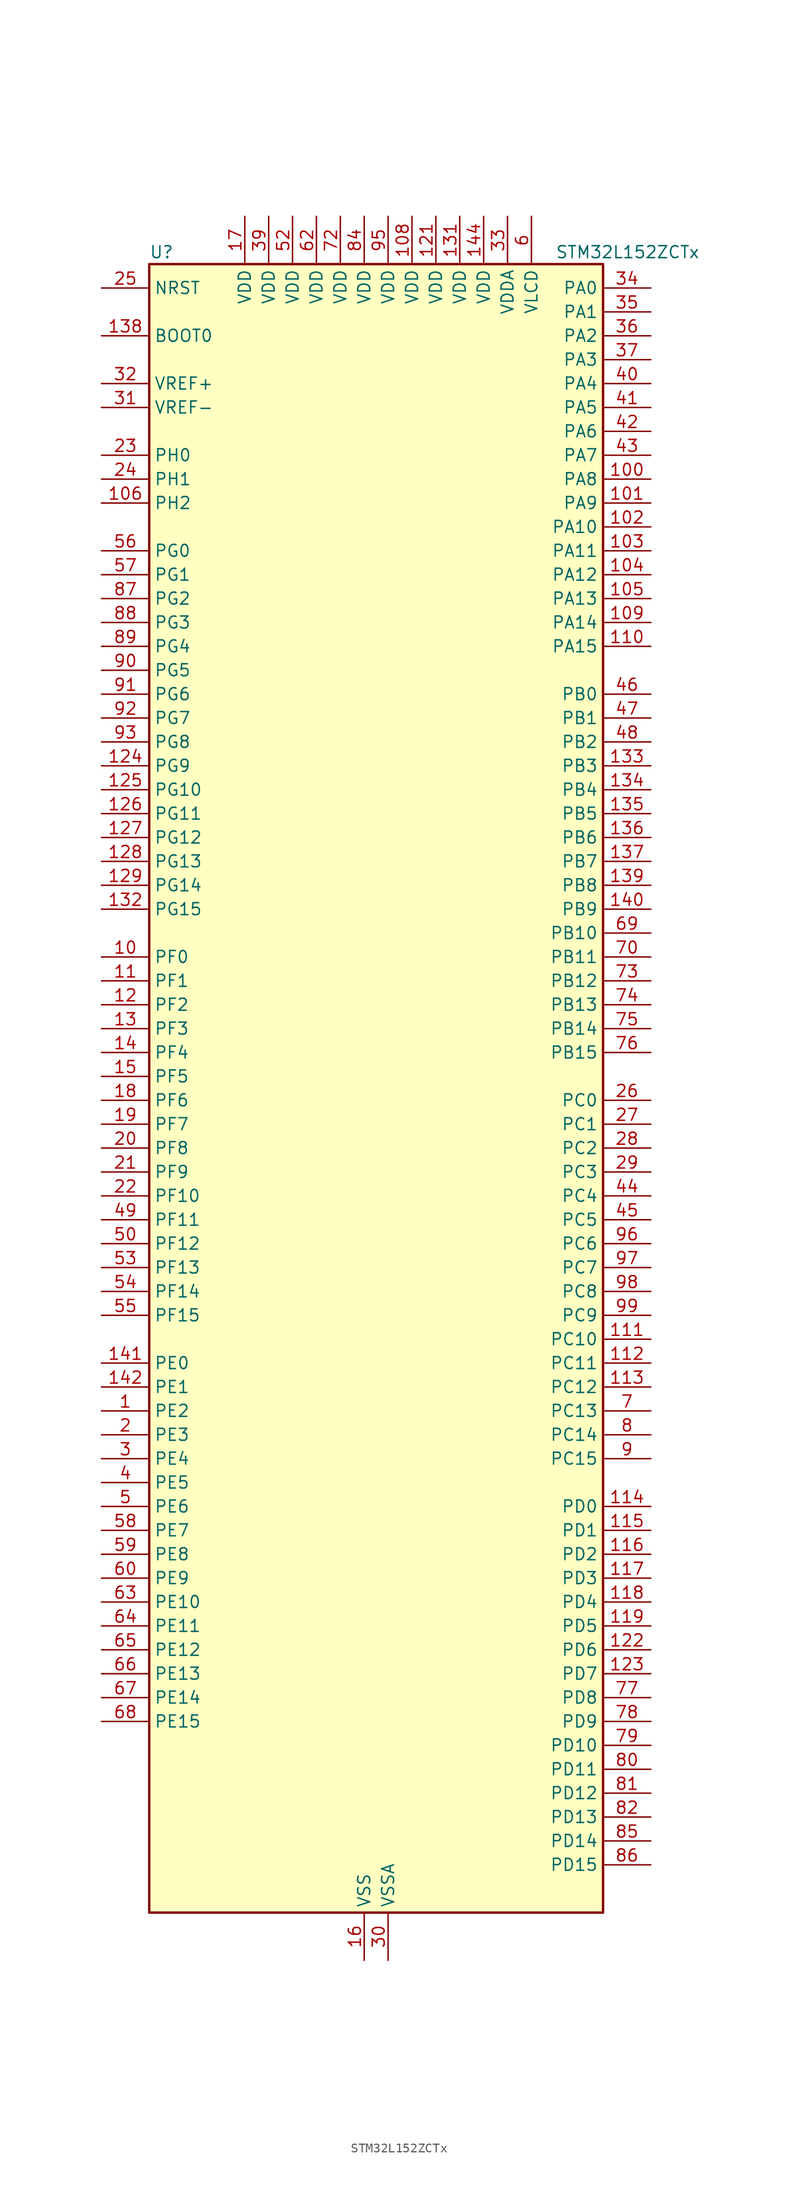
<source format=kicad_sym>
(kicad_symbol_lib
  (version 20231120)
  (generator "kicad-library-utils")
  (generator_version "8.0")
  (symbol "STM32L152ZCTx"
    (property "Reference" "U"
      (at -22.86 90.17 0)
      (effects (font (size 1.27 1.27)) (justify left)))
    (property "Value" "STM32L152ZCTx"
      (at 20.32 90.17 0)
      (effects (font (size 1.27 1.27)) (justify left)))
    (symbol "STM32L152ZCTx_0_1"
      (rectangle (start -22.86 -86.36) (end 25.4 88.9) (stroke (width 0.254) (type default)) (fill (type background))))
    (symbol "STM32L152ZCTx_1_1"
      (pin bidirectional line (at -27.94 -33.02 0) (length 5.08) (name "PE2" (effects (font (size 1.27 1.27)))) (number "1" (effects (font (size 1.27 1.27)))) (alternate "LCD_SEG38" bidirectional line) (alternate "SYS_TRACECK" bidirectional line) (alternate "TIM3_ETR" bidirectional line) (alternate "TIMX_IC3" bidirectional line))
      (pin bidirectional line (at -27.94 15.24 0) (length 5.08) (name "PF0" (effects (font (size 1.27 1.27)))) (number "10" (effects (font (size 1.27 1.27)))))
      (pin bidirectional line (at 30.48 66.04 180) (length 5.08) (name "PA8" (effects (font (size 1.27 1.27)))) (number "100" (effects (font (size 1.27 1.27)))) (alternate "LCD_COM0" bidirectional line) (alternate "RCC_MCO" bidirectional line) (alternate "TIMX_IC1" bidirectional line) (alternate "TS_G4_IO1" bidirectional line) (alternate "USART1_CK" bidirectional line))
      (pin bidirectional line (at 30.48 63.5 180) (length 5.08) (name "PA9" (effects (font (size 1.27 1.27)))) (number "101" (effects (font (size 1.27 1.27)))) (alternate "DAC_EXTI9" bidirectional line) (alternate "LCD_COM1" bidirectional line) (alternate "TIMX_IC2" bidirectional line) (alternate "TS_G4_IO2" bidirectional line) (alternate "USART1_TX" bidirectional line))
      (pin bidirectional line (at 30.48 60.96 180) (length 5.08) (name "PA10" (effects (font (size 1.27 1.27)))) (number "102" (effects (font (size 1.27 1.27)))) (alternate "LCD_COM2" bidirectional line) (alternate "TIMX_IC3" bidirectional line) (alternate "TS_G4_IO3" bidirectional line) (alternate "USART1_RX" bidirectional line))
      (pin bidirectional line (at 30.48 58.42 180) (length 5.08) (name "PA11" (effects (font (size 1.27 1.27)))) (number "103" (effects (font (size 1.27 1.27)))) (alternate "ADC_EXTI11" bidirectional line) (alternate "SPI1_MISO" bidirectional line) (alternate "TIMX_IC4" bidirectional line) (alternate "USART1_CTS" bidirectional line) (alternate "USB_DM" bidirectional line))
      (pin bidirectional line (at 30.48 55.88 180) (length 5.08) (name "PA12" (effects (font (size 1.27 1.27)))) (number "104" (effects (font (size 1.27 1.27)))) (alternate "SPI1_MOSI" bidirectional line) (alternate "TIMX_IC1" bidirectional line) (alternate "USART1_RTS" bidirectional line) (alternate "USB_DP" bidirectional line))
      (pin bidirectional line (at 30.48 53.34 180) (length 5.08) (name "PA13" (effects (font (size 1.27 1.27)))) (number "105" (effects (font (size 1.27 1.27)))) (alternate "SYS_JTMS-SWDIO" bidirectional line) (alternate "TIMX_IC2" bidirectional line) (alternate "TS_G5_IO1" bidirectional line))
      (pin bidirectional line (at -27.94 63.5 0) (length 5.08) (name "PH2" (effects (font (size 1.27 1.27)))) (number "106" (effects (font (size 1.27 1.27)))))
      (pin passive line (at 0 -91.44 90) (length 5.08) hide (name "VSS" (effects (font (size 1.27 1.27)))) (number "107" (effects (font (size 1.27 1.27)))))
      (pin power_in line (at 5.08 93.98 270) (length 5.08) (name "VDD" (effects (font (size 1.27 1.27)))) (number "108" (effects (font (size 1.27 1.27)))))
      (pin bidirectional line (at 30.48 50.8 180) (length 5.08) (name "PA14" (effects (font (size 1.27 1.27)))) (number "109" (effects (font (size 1.27 1.27)))) (alternate "SYS_JTCK-SWCLK" bidirectional line) (alternate "TIMX_IC3" bidirectional line) (alternate "TS_G5_IO2" bidirectional line))
      (pin bidirectional line (at -27.94 12.7 0) (length 5.08) (name "PF1" (effects (font (size 1.27 1.27)))) (number "11" (effects (font (size 1.27 1.27)))))
      (pin bidirectional line (at 30.48 48.26 180) (length 5.08) (name "PA15" (effects (font (size 1.27 1.27)))) (number "110" (effects (font (size 1.27 1.27)))) (alternate "ADC_EXTI15" bidirectional line) (alternate "I2S3_WS" bidirectional line) (alternate "LCD_SEG17" bidirectional line) (alternate "SPI1_NSS" bidirectional line) (alternate "SPI3_NSS" bidirectional line) (alternate "SYS_JTDI" bidirectional line) (alternate "TIM2_CH1" bidirectional line) (alternate "TIM2_ETR" bidirectional line) (alternate "TIMX_IC4" bidirectional line) (alternate "TS_G5_IO3" bidirectional line))
      (pin bidirectional line (at 30.48 -25.4 180) (length 5.08) (name "PC10" (effects (font (size 1.27 1.27)))) (number "111" (effects (font (size 1.27 1.27)))) (alternate "I2S3_CK" bidirectional line) (alternate "LCD_COM4" bidirectional line) (alternate "LCD_SEG28" bidirectional line) (alternate "LCD_SEG40" bidirectional line) (alternate "SPI3_SCK" bidirectional line) (alternate "TIMX_IC3" bidirectional line) (alternate "USART3_TX" bidirectional line))
      (pin bidirectional line (at 30.48 -27.94 180) (length 5.08) (name "PC11" (effects (font (size 1.27 1.27)))) (number "112" (effects (font (size 1.27 1.27)))) (alternate "ADC_EXTI11" bidirectional line) (alternate "LCD_COM5" bidirectional line) (alternate "LCD_SEG29" bidirectional line) (alternate "LCD_SEG41" bidirectional line) (alternate "SPI3_MISO" bidirectional line) (alternate "TIMX_IC4" bidirectional line) (alternate "USART3_RX" bidirectional line))
      (pin bidirectional line (at 30.48 -30.48 180) (length 5.08) (name "PC12" (effects (font (size 1.27 1.27)))) (number "113" (effects (font (size 1.27 1.27)))) (alternate "I2S3_SD" bidirectional line) (alternate "LCD_COM6" bidirectional line) (alternate "LCD_SEG30" bidirectional line) (alternate "LCD_SEG42" bidirectional line) (alternate "SPI3_MOSI" bidirectional line) (alternate "TIMX_IC1" bidirectional line) (alternate "USART3_CK" bidirectional line))
      (pin bidirectional line (at 30.48 -43.18 180) (length 5.08) (name "PD0" (effects (font (size 1.27 1.27)))) (number "114" (effects (font (size 1.27 1.27)))) (alternate "I2S2_WS" bidirectional line) (alternate "SPI2_NSS" bidirectional line) (alternate "TIM9_CH1" bidirectional line) (alternate "TIMX_IC1" bidirectional line))
      (pin bidirectional line (at 30.48 -45.72 180) (length 5.08) (name "PD1" (effects (font (size 1.27 1.27)))) (number "115" (effects (font (size 1.27 1.27)))) (alternate "I2S2_CK" bidirectional line) (alternate "SPI2_SCK" bidirectional line) (alternate "TIMX_IC2" bidirectional line))
      (pin bidirectional line (at 30.48 -48.26 180) (length 5.08) (name "PD2" (effects (font (size 1.27 1.27)))) (number "116" (effects (font (size 1.27 1.27)))) (alternate "LCD_COM7" bidirectional line) (alternate "LCD_SEG31" bidirectional line) (alternate "LCD_SEG43" bidirectional line) (alternate "TIM3_ETR" bidirectional line) (alternate "TIMX_IC3" bidirectional line))
      (pin bidirectional line (at 30.48 -50.8 180) (length 5.08) (name "PD3" (effects (font (size 1.27 1.27)))) (number "117" (effects (font (size 1.27 1.27)))) (alternate "SPI2_MISO" bidirectional line) (alternate "TIMX_IC4" bidirectional line) (alternate "USART2_CTS" bidirectional line))
      (pin bidirectional line (at 30.48 -53.34 180) (length 5.08) (name "PD4" (effects (font (size 1.27 1.27)))) (number "118" (effects (font (size 1.27 1.27)))) (alternate "I2S2_SD" bidirectional line) (alternate "SPI2_MOSI" bidirectional line) (alternate "TIMX_IC1" bidirectional line) (alternate "USART2_RTS" bidirectional line))
      (pin bidirectional line (at 30.48 -55.88 180) (length 5.08) (name "PD5" (effects (font (size 1.27 1.27)))) (number "119" (effects (font (size 1.27 1.27)))) (alternate "TIMX_IC2" bidirectional line) (alternate "USART2_TX" bidirectional line))
      (pin bidirectional line (at -27.94 10.16 0) (length 5.08) (name "PF2" (effects (font (size 1.27 1.27)))) (number "12" (effects (font (size 1.27 1.27)))))
      (pin passive line (at 0 -91.44 90) (length 5.08) hide (name "VSS" (effects (font (size 1.27 1.27)))) (number "120" (effects (font (size 1.27 1.27)))))
      (pin power_in line (at 7.62 93.98 270) (length 5.08) (name "VDD" (effects (font (size 1.27 1.27)))) (number "121" (effects (font (size 1.27 1.27)))))
      (pin bidirectional line (at 30.48 -58.42 180) (length 5.08) (name "PD6" (effects (font (size 1.27 1.27)))) (number "122" (effects (font (size 1.27 1.27)))) (alternate "TIMX_IC3" bidirectional line) (alternate "USART2_RX" bidirectional line))
      (pin bidirectional line (at 30.48 -60.96 180) (length 5.08) (name "PD7" (effects (font (size 1.27 1.27)))) (number "123" (effects (font (size 1.27 1.27)))) (alternate "TIM9_CH2" bidirectional line) (alternate "TIMX_IC4" bidirectional line) (alternate "USART2_CK" bidirectional line))
      (pin bidirectional line (at -27.94 35.56 0) (length 5.08) (name "PG9" (effects (font (size 1.27 1.27)))) (number "124" (effects (font (size 1.27 1.27)))) (alternate "DAC_EXTI9" bidirectional line))
      (pin bidirectional line (at -27.94 33.02 0) (length 5.08) (name "PG10" (effects (font (size 1.27 1.27)))) (number "125" (effects (font (size 1.27 1.27)))))
      (pin bidirectional line (at -27.94 30.48 0) (length 5.08) (name "PG11" (effects (font (size 1.27 1.27)))) (number "126" (effects (font (size 1.27 1.27)))) (alternate "ADC_EXTI11" bidirectional line))
      (pin bidirectional line (at -27.94 27.94 0) (length 5.08) (name "PG12" (effects (font (size 1.27 1.27)))) (number "127" (effects (font (size 1.27 1.27)))))
      (pin bidirectional line (at -27.94 25.4 0) (length 5.08) (name "PG13" (effects (font (size 1.27 1.27)))) (number "128" (effects (font (size 1.27 1.27)))))
      (pin bidirectional line (at -27.94 22.86 0) (length 5.08) (name "PG14" (effects (font (size 1.27 1.27)))) (number "129" (effects (font (size 1.27 1.27)))))
      (pin bidirectional line (at -27.94 7.62 0) (length 5.08) (name "PF3" (effects (font (size 1.27 1.27)))) (number "13" (effects (font (size 1.27 1.27)))))
      (pin passive line (at 0 -91.44 90) (length 5.08) hide (name "VSS" (effects (font (size 1.27 1.27)))) (number "130" (effects (font (size 1.27 1.27)))))
      (pin power_in line (at 10.16 93.98 270) (length 5.08) (name "VDD" (effects (font (size 1.27 1.27)))) (number "131" (effects (font (size 1.27 1.27)))))
      (pin bidirectional line (at -27.94 20.32 0) (length 5.08) (name "PG15" (effects (font (size 1.27 1.27)))) (number "132" (effects (font (size 1.27 1.27)))) (alternate "ADC_EXTI15" bidirectional line))
      (pin bidirectional line (at 30.48 35.56 180) (length 5.08) (name "PB3" (effects (font (size 1.27 1.27)))) (number "133" (effects (font (size 1.27 1.27)))) (alternate "COMP2_INM" bidirectional line) (alternate "I2S3_CK" bidirectional line) (alternate "LCD_SEG7" bidirectional line) (alternate "SPI1_SCK" bidirectional line) (alternate "SPI3_SCK" bidirectional line) (alternate "SYS_JTDO-TRACESWO" bidirectional line) (alternate "TIM2_CH2" bidirectional line))
      (pin bidirectional line (at 30.48 33.02 180) (length 5.08) (name "PB4" (effects (font (size 1.27 1.27)))) (number "134" (effects (font (size 1.27 1.27)))) (alternate "COMP2_INP" bidirectional line) (alternate "LCD_SEG8" bidirectional line) (alternate "SPI1_MISO" bidirectional line) (alternate "SPI3_MISO" bidirectional line) (alternate "SYS_JTRST" bidirectional line) (alternate "TIM3_CH1" bidirectional line) (alternate "TS_G6_IO1" bidirectional line))
      (pin bidirectional line (at 30.48 30.48 180) (length 5.08) (name "PB5" (effects (font (size 1.27 1.27)))) (number "135" (effects (font (size 1.27 1.27)))) (alternate "COMP2_INP" bidirectional line) (alternate "I2C1_SMBA" bidirectional line) (alternate "I2S3_SD" bidirectional line) (alternate "LCD_SEG9" bidirectional line) (alternate "SPI1_MOSI" bidirectional line) (alternate "SPI3_MOSI" bidirectional line) (alternate "TIM3_CH2" bidirectional line) (alternate "TS_G6_IO2" bidirectional line))
      (pin bidirectional line (at 30.48 27.94 180) (length 5.08) (name "PB6" (effects (font (size 1.27 1.27)))) (number "136" (effects (font (size 1.27 1.27)))) (alternate "COMP2_INP" bidirectional line) (alternate "I2C1_SCL" bidirectional line) (alternate "TIM4_CH1" bidirectional line) (alternate "TS_G6_IO3" bidirectional line) (alternate "USART1_TX" bidirectional line))
      (pin bidirectional line (at 30.48 25.4 180) (length 5.08) (name "PB7" (effects (font (size 1.27 1.27)))) (number "137" (effects (font (size 1.27 1.27)))) (alternate "COMP2_INP" bidirectional line) (alternate "I2C1_SDA" bidirectional line) (alternate "SYS_PVD_IN" bidirectional line) (alternate "TIM4_CH2" bidirectional line) (alternate "TS_G6_IO4" bidirectional line) (alternate "USART1_RX" bidirectional line))
      (pin input line (at -27.94 81.28 0) (length 5.08) (name "BOOT0" (effects (font (size 1.27 1.27)))) (number "138" (effects (font (size 1.27 1.27)))))
      (pin bidirectional line (at 30.48 22.86 180) (length 5.08) (name "PB8" (effects (font (size 1.27 1.27)))) (number "139" (effects (font (size 1.27 1.27)))) (alternate "I2C1_SCL" bidirectional line) (alternate "LCD_SEG16" bidirectional line) (alternate "TIM10_CH1" bidirectional line) (alternate "TIM4_CH3" bidirectional line))
      (pin bidirectional line (at -27.94 5.08 0) (length 5.08) (name "PF4" (effects (font (size 1.27 1.27)))) (number "14" (effects (font (size 1.27 1.27)))))
      (pin bidirectional line (at 30.48 20.32 180) (length 5.08) (name "PB9" (effects (font (size 1.27 1.27)))) (number "140" (effects (font (size 1.27 1.27)))) (alternate "DAC_EXTI9" bidirectional line) (alternate "I2C1_SDA" bidirectional line) (alternate "LCD_COM3" bidirectional line) (alternate "TIM11_CH1" bidirectional line) (alternate "TIM4_CH4" bidirectional line))
      (pin bidirectional line (at -27.94 -27.94 0) (length 5.08) (name "PE0" (effects (font (size 1.27 1.27)))) (number "141" (effects (font (size 1.27 1.27)))) (alternate "LCD_SEG36" bidirectional line) (alternate "TIM10_CH1" bidirectional line) (alternate "TIM4_ETR" bidirectional line) (alternate "TIMX_IC1" bidirectional line))
      (pin bidirectional line (at -27.94 -30.48 0) (length 5.08) (name "PE1" (effects (font (size 1.27 1.27)))) (number "142" (effects (font (size 1.27 1.27)))) (alternate "LCD_SEG37" bidirectional line) (alternate "TIM11_CH1" bidirectional line) (alternate "TIMX_IC2" bidirectional line))
      (pin passive line (at 0 -91.44 90) (length 5.08) hide (name "VSS" (effects (font (size 1.27 1.27)))) (number "143" (effects (font (size 1.27 1.27)))))
      (pin power_in line (at 12.7 93.98 270) (length 5.08) (name "VDD" (effects (font (size 1.27 1.27)))) (number "144" (effects (font (size 1.27 1.27)))))
      (pin bidirectional line (at -27.94 2.54 0) (length 5.08) (name "PF5" (effects (font (size 1.27 1.27)))) (number "15" (effects (font (size 1.27 1.27)))))
      (pin power_in line (at 0 -91.44 90) (length 5.08) (name "VSS" (effects (font (size 1.27 1.27)))) (number "16" (effects (font (size 1.27 1.27)))))
      (pin power_in line (at -12.7 93.98 270) (length 5.08) (name "VDD" (effects (font (size 1.27 1.27)))) (number "17" (effects (font (size 1.27 1.27)))))
      (pin bidirectional line (at -27.94 0 0) (length 5.08) (name "PF6" (effects (font (size 1.27 1.27)))) (number "18" (effects (font (size 1.27 1.27)))) (alternate "ADC_IN27" bidirectional line) (alternate "TIM5_CH1" bidirectional line) (alternate "TIM5_ETR" bidirectional line) (alternate "TS_G11_IO1" bidirectional line))
      (pin bidirectional line (at -27.94 -2.54 0) (length 5.08) (name "PF7" (effects (font (size 1.27 1.27)))) (number "19" (effects (font (size 1.27 1.27)))) (alternate "ADC_IN28" bidirectional line) (alternate "COMP1_INP" bidirectional line) (alternate "TIM5_CH2" bidirectional line) (alternate "TS_G11_IO2" bidirectional line))
      (pin bidirectional line (at -27.94 -35.56 0) (length 5.08) (name "PE3" (effects (font (size 1.27 1.27)))) (number "2" (effects (font (size 1.27 1.27)))) (alternate "LCD_SEG39" bidirectional line) (alternate "SYS_TRACED0" bidirectional line) (alternate "TIM3_CH1" bidirectional line) (alternate "TIMX_IC4" bidirectional line))
      (pin bidirectional line (at -27.94 -5.08 0) (length 5.08) (name "PF8" (effects (font (size 1.27 1.27)))) (number "20" (effects (font (size 1.27 1.27)))) (alternate "ADC_IN29" bidirectional line) (alternate "COMP1_INP" bidirectional line) (alternate "TIM5_CH3" bidirectional line) (alternate "TS_G11_IO3" bidirectional line))
      (pin bidirectional line (at -27.94 -7.62 0) (length 5.08) (name "PF9" (effects (font (size 1.27 1.27)))) (number "21" (effects (font (size 1.27 1.27)))) (alternate "ADC_IN30" bidirectional line) (alternate "COMP1_INP" bidirectional line) (alternate "DAC_EXTI9" bidirectional line) (alternate "TIM5_CH4" bidirectional line) (alternate "TS_G11_IO4" bidirectional line))
      (pin bidirectional line (at -27.94 -10.16 0) (length 5.08) (name "PF10" (effects (font (size 1.27 1.27)))) (number "22" (effects (font (size 1.27 1.27)))) (alternate "ADC_IN31" bidirectional line) (alternate "COMP1_INP" bidirectional line) (alternate "TS_G11_IO5" bidirectional line))
      (pin bidirectional line (at -27.94 68.58 0) (length 5.08) (name "PH0" (effects (font (size 1.27 1.27)))) (number "23" (effects (font (size 1.27 1.27)))) (alternate "RCC_OSC_IN" bidirectional line))
      (pin bidirectional line (at -27.94 66.04 0) (length 5.08) (name "PH1" (effects (font (size 1.27 1.27)))) (number "24" (effects (font (size 1.27 1.27)))) (alternate "RCC_OSC_OUT" bidirectional line))
      (pin input line (at -27.94 86.36 0) (length 5.08) (name "NRST" (effects (font (size 1.27 1.27)))) (number "25" (effects (font (size 1.27 1.27)))))
      (pin bidirectional line (at 30.48 0 180) (length 5.08) (name "PC0" (effects (font (size 1.27 1.27)))) (number "26" (effects (font (size 1.27 1.27)))) (alternate "ADC_IN10" bidirectional line) (alternate "COMP1_INP" bidirectional line) (alternate "LCD_SEG18" bidirectional line) (alternate "TIMX_IC1" bidirectional line) (alternate "TS_G8_IO1" bidirectional line))
      (pin bidirectional line (at 30.48 -2.54 180) (length 5.08) (name "PC1" (effects (font (size 1.27 1.27)))) (number "27" (effects (font (size 1.27 1.27)))) (alternate "ADC_IN11" bidirectional line) (alternate "COMP1_INP" bidirectional line) (alternate "LCD_SEG19" bidirectional line) (alternate "TIMX_IC2" bidirectional line) (alternate "TS_G8_IO2" bidirectional line))
      (pin bidirectional line (at 30.48 -5.08 180) (length 5.08) (name "PC2" (effects (font (size 1.27 1.27)))) (number "28" (effects (font (size 1.27 1.27)))) (alternate "ADC_IN12" bidirectional line) (alternate "COMP1_INP" bidirectional line) (alternate "LCD_SEG20" bidirectional line) (alternate "TIMX_IC3" bidirectional line) (alternate "TS_G8_IO3" bidirectional line))
      (pin bidirectional line (at 30.48 -7.62 180) (length 5.08) (name "PC3" (effects (font (size 1.27 1.27)))) (number "29" (effects (font (size 1.27 1.27)))) (alternate "ADC_IN13" bidirectional line) (alternate "COMP1_INP" bidirectional line) (alternate "LCD_SEG21" bidirectional line) (alternate "TIMX_IC4" bidirectional line) (alternate "TS_G8_IO4" bidirectional line))
      (pin bidirectional line (at -27.94 -38.1 0) (length 5.08) (name "PE4" (effects (font (size 1.27 1.27)))) (number "3" (effects (font (size 1.27 1.27)))) (alternate "SYS_TRACED1" bidirectional line) (alternate "TIM3_CH2" bidirectional line) (alternate "TIMX_IC1" bidirectional line))
      (pin power_in line (at 2.54 -91.44 90) (length 5.08) (name "VSSA" (effects (font (size 1.27 1.27)))) (number "30" (effects (font (size 1.27 1.27)))))
      (pin input line (at -27.94 73.66 0) (length 5.08) (name "VREF-" (effects (font (size 1.27 1.27)))) (number "31" (effects (font (size 1.27 1.27)))))
      (pin input line (at -27.94 76.2 0) (length 5.08) (name "VREF+" (effects (font (size 1.27 1.27)))) (number "32" (effects (font (size 1.27 1.27)))))
      (pin power_in line (at 15.24 93.98 270) (length 5.08) (name "VDDA" (effects (font (size 1.27 1.27)))) (number "33" (effects (font (size 1.27 1.27)))))
      (pin bidirectional line (at 30.48 86.36 180) (length 5.08) (name "PA0" (effects (font (size 1.27 1.27)))) (number "34" (effects (font (size 1.27 1.27)))) (alternate "ADC_IN0" bidirectional line) (alternate "COMP1_INP" bidirectional line) (alternate "RTC_TAMP2" bidirectional line) (alternate "SYS_WKUP1" bidirectional line) (alternate "TIM2_CH1" bidirectional line) (alternate "TIM2_ETR" bidirectional line) (alternate "TIM5_CH1" bidirectional line) (alternate "TIMX_IC1" bidirectional line) (alternate "TS_G1_IO1" bidirectional line) (alternate "USART2_CTS" bidirectional line))
      (pin bidirectional line (at 30.48 83.82 180) (length 5.08) (name "PA1" (effects (font (size 1.27 1.27)))) (number "35" (effects (font (size 1.27 1.27)))) (alternate "ADC_IN1" bidirectional line) (alternate "COMP1_INP" bidirectional line) (alternate "LCD_SEG0" bidirectional line) (alternate "OPAMP1_VINP" bidirectional line) (alternate "TIM2_CH2" bidirectional line) (alternate "TIM5_CH2" bidirectional line) (alternate "TIMX_IC2" bidirectional line) (alternate "TS_G1_IO2" bidirectional line) (alternate "USART2_RTS" bidirectional line))
      (pin bidirectional line (at 30.48 81.28 180) (length 5.08) (name "PA2" (effects (font (size 1.27 1.27)))) (number "36" (effects (font (size 1.27 1.27)))) (alternate "ADC_IN2" bidirectional line) (alternate "COMP1_INP" bidirectional line) (alternate "LCD_SEG1" bidirectional line) (alternate "OPAMP1_VINM" bidirectional line) (alternate "TIM2_CH3" bidirectional line) (alternate "TIM5_CH3" bidirectional line) (alternate "TIM9_CH1" bidirectional line) (alternate "TIMX_IC3" bidirectional line) (alternate "TS_G1_IO3" bidirectional line) (alternate "USART2_TX" bidirectional line))
      (pin bidirectional line (at 30.48 78.74 180) (length 5.08) (name "PA3" (effects (font (size 1.27 1.27)))) (number "37" (effects (font (size 1.27 1.27)))) (alternate "ADC_IN3" bidirectional line) (alternate "COMP1_INP" bidirectional line) (alternate "LCD_SEG2" bidirectional line) (alternate "OPAMP1_VOUT" bidirectional line) (alternate "TIM2_CH4" bidirectional line) (alternate "TIM5_CH4" bidirectional line) (alternate "TIM9_CH2" bidirectional line) (alternate "TIMX_IC4" bidirectional line) (alternate "TS_G1_IO4" bidirectional line) (alternate "USART2_RX" bidirectional line))
      (pin passive line (at 0 -91.44 90) (length 5.08) hide (name "VSS" (effects (font (size 1.27 1.27)))) (number "38" (effects (font (size 1.27 1.27)))))
      (pin power_in line (at -10.16 93.98 270) (length 5.08) (name "VDD" (effects (font (size 1.27 1.27)))) (number "39" (effects (font (size 1.27 1.27)))))
      (pin bidirectional line (at -27.94 -40.64 0) (length 5.08) (name "PE5" (effects (font (size 1.27 1.27)))) (number "4" (effects (font (size 1.27 1.27)))) (alternate "SYS_TRACED2" bidirectional line) (alternate "TIM9_CH1" bidirectional line) (alternate "TIMX_IC2" bidirectional line))
      (pin bidirectional line (at 30.48 76.2 180) (length 5.08) (name "PA4" (effects (font (size 1.27 1.27)))) (number "40" (effects (font (size 1.27 1.27)))) (alternate "ADC_IN4" bidirectional line) (alternate "COMP1_INP" bidirectional line) (alternate "DAC_OUT1" bidirectional line) (alternate "I2S3_WS" bidirectional line) (alternate "SPI1_NSS" bidirectional line) (alternate "SPI3_NSS" bidirectional line) (alternate "TIMX_IC1" bidirectional line) (alternate "USART2_CK" bidirectional line))
      (pin bidirectional line (at 30.48 73.66 180) (length 5.08) (name "PA5" (effects (font (size 1.27 1.27)))) (number "41" (effects (font (size 1.27 1.27)))) (alternate "ADC_IN5" bidirectional line) (alternate "COMP1_INP" bidirectional line) (alternate "DAC_OUT2" bidirectional line) (alternate "SPI1_SCK" bidirectional line) (alternate "TIM2_CH1" bidirectional line) (alternate "TIM2_ETR" bidirectional line) (alternate "TIMX_IC2" bidirectional line))
      (pin bidirectional line (at 30.48 71.12 180) (length 5.08) (name "PA6" (effects (font (size 1.27 1.27)))) (number "42" (effects (font (size 1.27 1.27)))) (alternate "ADC_IN6" bidirectional line) (alternate "COMP1_INP" bidirectional line) (alternate "LCD_SEG3" bidirectional line) (alternate "OPAMP2_VINP" bidirectional line) (alternate "SPI1_MISO" bidirectional line) (alternate "TIM10_CH1" bidirectional line) (alternate "TIM3_CH1" bidirectional line) (alternate "TIMX_IC3" bidirectional line) (alternate "TS_G2_IO1" bidirectional line))
      (pin bidirectional line (at 30.48 68.58 180) (length 5.08) (name "PA7" (effects (font (size 1.27 1.27)))) (number "43" (effects (font (size 1.27 1.27)))) (alternate "ADC_IN7" bidirectional line) (alternate "COMP1_INP" bidirectional line) (alternate "LCD_SEG4" bidirectional line) (alternate "OPAMP2_VINM" bidirectional line) (alternate "SPI1_MOSI" bidirectional line) (alternate "TIM11_CH1" bidirectional line) (alternate "TIM3_CH2" bidirectional line) (alternate "TIMX_IC4" bidirectional line) (alternate "TS_G2_IO2" bidirectional line))
      (pin bidirectional line (at 30.48 -10.16 180) (length 5.08) (name "PC4" (effects (font (size 1.27 1.27)))) (number "44" (effects (font (size 1.27 1.27)))) (alternate "ADC_IN14" bidirectional line) (alternate "COMP1_INP" bidirectional line) (alternate "LCD_SEG22" bidirectional line) (alternate "TIMX_IC1" bidirectional line) (alternate "TS_G9_IO1" bidirectional line))
      (pin bidirectional line (at 30.48 -12.7 180) (length 5.08) (name "PC5" (effects (font (size 1.27 1.27)))) (number "45" (effects (font (size 1.27 1.27)))) (alternate "ADC_IN15" bidirectional line) (alternate "COMP1_INP" bidirectional line) (alternate "LCD_SEG23" bidirectional line) (alternate "TIMX_IC2" bidirectional line) (alternate "TS_G9_IO2" bidirectional line))
      (pin bidirectional line (at 30.48 43.18 180) (length 5.08) (name "PB0" (effects (font (size 1.27 1.27)))) (number "46" (effects (font (size 1.27 1.27)))) (alternate "ADC_IN8" bidirectional line) (alternate "COMP1_INP" bidirectional line) (alternate "LCD_SEG5" bidirectional line) (alternate "OPAMP2_VOUT" bidirectional line) (alternate "SYS_V_REF_OUT" bidirectional line) (alternate "TIM3_CH3" bidirectional line) (alternate "TS_G3_IO1" bidirectional line))
      (pin bidirectional line (at 30.48 40.64 180) (length 5.08) (name "PB1" (effects (font (size 1.27 1.27)))) (number "47" (effects (font (size 1.27 1.27)))) (alternate "ADC_IN9" bidirectional line) (alternate "COMP1_INP" bidirectional line) (alternate "LCD_SEG6" bidirectional line) (alternate "SYS_V_REF_OUT" bidirectional line) (alternate "TIM3_CH4" bidirectional line) (alternate "TS_G3_IO2" bidirectional line))
      (pin bidirectional line (at 30.48 38.1 180) (length 5.08) (name "PB2" (effects (font (size 1.27 1.27)))) (number "48" (effects (font (size 1.27 1.27)))) (alternate "ADC_IN0b" bidirectional line) (alternate "TS_G3_IO3" bidirectional line))
      (pin bidirectional line (at -27.94 -12.7 0) (length 5.08) (name "PF11" (effects (font (size 1.27 1.27)))) (number "49" (effects (font (size 1.27 1.27)))) (alternate "ADC_EXTI11" bidirectional line) (alternate "ADC_IN1b" bidirectional line) (alternate "TS_G3_IO4" bidirectional line))
      (pin bidirectional line (at -27.94 -43.18 0) (length 5.08) (name "PE6" (effects (font (size 1.27 1.27)))) (number "5" (effects (font (size 1.27 1.27)))) (alternate "RTC_TAMP3" bidirectional line) (alternate "SYS_TRACED3" bidirectional line) (alternate "SYS_WKUP3" bidirectional line) (alternate "TIM9_CH2" bidirectional line) (alternate "TIMX_IC3" bidirectional line))
      (pin bidirectional line (at -27.94 -15.24 0) (length 5.08) (name "PF12" (effects (font (size 1.27 1.27)))) (number "50" (effects (font (size 1.27 1.27)))) (alternate "ADC_IN2b" bidirectional line) (alternate "TS_G3_IO5" bidirectional line))
      (pin passive line (at 0 -91.44 90) (length 5.08) hide (name "VSS" (effects (font (size 1.27 1.27)))) (number "51" (effects (font (size 1.27 1.27)))))
      (pin power_in line (at -7.62 93.98 270) (length 5.08) (name "VDD" (effects (font (size 1.27 1.27)))) (number "52" (effects (font (size 1.27 1.27)))))
      (pin bidirectional line (at -27.94 -17.78 0) (length 5.08) (name "PF13" (effects (font (size 1.27 1.27)))) (number "53" (effects (font (size 1.27 1.27)))) (alternate "ADC_IN3b" bidirectional line) (alternate "TS_G9_IO3" bidirectional line))
      (pin bidirectional line (at -27.94 -20.32 0) (length 5.08) (name "PF14" (effects (font (size 1.27 1.27)))) (number "54" (effects (font (size 1.27 1.27)))) (alternate "ADC_IN6b" bidirectional line) (alternate "TS_G9_IO4" bidirectional line))
      (pin bidirectional line (at -27.94 -22.86 0) (length 5.08) (name "PF15" (effects (font (size 1.27 1.27)))) (number "55" (effects (font (size 1.27 1.27)))) (alternate "ADC_EXTI15" bidirectional line) (alternate "ADC_IN7b" bidirectional line) (alternate "TS_G2_IO3" bidirectional line))
      (pin bidirectional line (at -27.94 58.42 0) (length 5.08) (name "PG0" (effects (font (size 1.27 1.27)))) (number "56" (effects (font (size 1.27 1.27)))) (alternate "ADC_IN8b" bidirectional line) (alternate "TS_G2_IO4" bidirectional line))
      (pin bidirectional line (at -27.94 55.88 0) (length 5.08) (name "PG1" (effects (font (size 1.27 1.27)))) (number "57" (effects (font (size 1.27 1.27)))) (alternate "ADC_IN9b" bidirectional line) (alternate "TS_G2_IO5" bidirectional line))
      (pin bidirectional line (at -27.94 -45.72 0) (length 5.08) (name "PE7" (effects (font (size 1.27 1.27)))) (number "58" (effects (font (size 1.27 1.27)))) (alternate "ADC_IN22" bidirectional line) (alternate "COMP1_INP" bidirectional line) (alternate "TIMX_IC4" bidirectional line))
      (pin bidirectional line (at -27.94 -48.26 0) (length 5.08) (name "PE8" (effects (font (size 1.27 1.27)))) (number "59" (effects (font (size 1.27 1.27)))) (alternate "ADC_IN23" bidirectional line) (alternate "COMP1_INP" bidirectional line) (alternate "TIMX_IC1" bidirectional line))
      (pin power_in line (at 17.78 93.98 270) (length 5.08) (name "VLCD" (effects (font (size 1.27 1.27)))) (number "6" (effects (font (size 1.27 1.27)))))
      (pin bidirectional line (at -27.94 -50.8 0) (length 5.08) (name "PE9" (effects (font (size 1.27 1.27)))) (number "60" (effects (font (size 1.27 1.27)))) (alternate "ADC_IN24" bidirectional line) (alternate "COMP1_INP" bidirectional line) (alternate "DAC_EXTI9" bidirectional line) (alternate "TIM2_CH1" bidirectional line) (alternate "TIM2_ETR" bidirectional line) (alternate "TIMX_IC2" bidirectional line))
      (pin passive line (at 0 -91.44 90) (length 5.08) hide (name "VSS" (effects (font (size 1.27 1.27)))) (number "61" (effects (font (size 1.27 1.27)))))
      (pin power_in line (at -5.08 93.98 270) (length 5.08) (name "VDD" (effects (font (size 1.27 1.27)))) (number "62" (effects (font (size 1.27 1.27)))))
      (pin bidirectional line (at -27.94 -53.34 0) (length 5.08) (name "PE10" (effects (font (size 1.27 1.27)))) (number "63" (effects (font (size 1.27 1.27)))) (alternate "ADC_IN25" bidirectional line) (alternate "COMP1_INP" bidirectional line) (alternate "TIM2_CH2" bidirectional line) (alternate "TIMX_IC3" bidirectional line))
      (pin bidirectional line (at -27.94 -55.88 0) (length 5.08) (name "PE11" (effects (font (size 1.27 1.27)))) (number "64" (effects (font (size 1.27 1.27)))) (alternate "ADC_EXTI11" bidirectional line) (alternate "TIM2_CH3" bidirectional line) (alternate "TIMX_IC4" bidirectional line))
      (pin bidirectional line (at -27.94 -58.42 0) (length 5.08) (name "PE12" (effects (font (size 1.27 1.27)))) (number "65" (effects (font (size 1.27 1.27)))) (alternate "SPI1_NSS" bidirectional line) (alternate "TIM2_CH4" bidirectional line) (alternate "TIMX_IC1" bidirectional line))
      (pin bidirectional line (at -27.94 -60.96 0) (length 5.08) (name "PE13" (effects (font (size 1.27 1.27)))) (number "66" (effects (font (size 1.27 1.27)))) (alternate "SPI1_SCK" bidirectional line) (alternate "TIMX_IC2" bidirectional line))
      (pin bidirectional line (at -27.94 -63.5 0) (length 5.08) (name "PE14" (effects (font (size 1.27 1.27)))) (number "67" (effects (font (size 1.27 1.27)))) (alternate "SPI1_MISO" bidirectional line) (alternate "TIMX_IC3" bidirectional line))
      (pin bidirectional line (at -27.94 -66.04 0) (length 5.08) (name "PE15" (effects (font (size 1.27 1.27)))) (number "68" (effects (font (size 1.27 1.27)))) (alternate "ADC_EXTI15" bidirectional line) (alternate "SPI1_MOSI" bidirectional line) (alternate "TIMX_IC4" bidirectional line))
      (pin bidirectional line (at 30.48 17.78 180) (length 5.08) (name "PB10" (effects (font (size 1.27 1.27)))) (number "69" (effects (font (size 1.27 1.27)))) (alternate "I2C2_SCL" bidirectional line) (alternate "LCD_SEG10" bidirectional line) (alternate "TIM2_CH3" bidirectional line) (alternate "USART3_TX" bidirectional line))
      (pin bidirectional line (at 30.48 -33.02 180) (length 5.08) (name "PC13" (effects (font (size 1.27 1.27)))) (number "7" (effects (font (size 1.27 1.27)))) (alternate "RTC_OUT_ALARM" bidirectional line) (alternate "RTC_OUT_CALIB" bidirectional line) (alternate "RTC_TAMP1" bidirectional line) (alternate "RTC_TS" bidirectional line) (alternate "SYS_WKUP2" bidirectional line) (alternate "TIMX_IC2" bidirectional line))
      (pin bidirectional line (at 30.48 15.24 180) (length 5.08) (name "PB11" (effects (font (size 1.27 1.27)))) (number "70" (effects (font (size 1.27 1.27)))) (alternate "ADC_EXTI11" bidirectional line) (alternate "I2C2_SDA" bidirectional line) (alternate "LCD_SEG11" bidirectional line) (alternate "TIM2_CH4" bidirectional line) (alternate "USART3_RX" bidirectional line))
      (pin passive line (at 0 -91.44 90) (length 5.08) hide (name "VSS" (effects (font (size 1.27 1.27)))) (number "71" (effects (font (size 1.27 1.27)))))
      (pin power_in line (at -2.54 93.98 270) (length 5.08) (name "VDD" (effects (font (size 1.27 1.27)))) (number "72" (effects (font (size 1.27 1.27)))))
      (pin bidirectional line (at 30.48 12.7 180) (length 5.08) (name "PB12" (effects (font (size 1.27 1.27)))) (number "73" (effects (font (size 1.27 1.27)))) (alternate "ADC_IN18" bidirectional line) (alternate "COMP1_INP" bidirectional line) (alternate "I2C2_SMBA" bidirectional line) (alternate "I2S2_WS" bidirectional line) (alternate "LCD_SEG12" bidirectional line) (alternate "SPI2_NSS" bidirectional line) (alternate "TIM10_CH1" bidirectional line) (alternate "TS_G7_IO1" bidirectional line) (alternate "USART3_CK" bidirectional line))
      (pin bidirectional line (at 30.48 10.16 180) (length 5.08) (name "PB13" (effects (font (size 1.27 1.27)))) (number "74" (effects (font (size 1.27 1.27)))) (alternate "ADC_IN19" bidirectional line) (alternate "COMP1_INP" bidirectional line) (alternate "I2S2_CK" bidirectional line) (alternate "LCD_SEG13" bidirectional line) (alternate "SPI2_SCK" bidirectional line) (alternate "TIM9_CH1" bidirectional line) (alternate "TS_G7_IO2" bidirectional line) (alternate "USART3_CTS" bidirectional line))
      (pin bidirectional line (at 30.48 7.62 180) (length 5.08) (name "PB14" (effects (font (size 1.27 1.27)))) (number "75" (effects (font (size 1.27 1.27)))) (alternate "ADC_IN20" bidirectional line) (alternate "COMP1_INP" bidirectional line) (alternate "LCD_SEG14" bidirectional line) (alternate "SPI2_MISO" bidirectional line) (alternate "TIM9_CH2" bidirectional line) (alternate "TS_G7_IO3" bidirectional line) (alternate "USART3_RTS" bidirectional line))
      (pin bidirectional line (at 30.48 5.08 180) (length 5.08) (name "PB15" (effects (font (size 1.27 1.27)))) (number "76" (effects (font (size 1.27 1.27)))) (alternate "ADC_EXTI15" bidirectional line) (alternate "ADC_IN21" bidirectional line) (alternate "COMP1_INP" bidirectional line) (alternate "I2S2_SD" bidirectional line) (alternate "LCD_SEG15" bidirectional line) (alternate "RTC_REFIN" bidirectional line) (alternate "SPI2_MOSI" bidirectional line) (alternate "TIM11_CH1" bidirectional line) (alternate "TS_G7_IO4" bidirectional line))
      (pin bidirectional line (at 30.48 -63.5 180) (length 5.08) (name "PD8" (effects (font (size 1.27 1.27)))) (number "77" (effects (font (size 1.27 1.27)))) (alternate "LCD_SEG28" bidirectional line) (alternate "TIMX_IC1" bidirectional line) (alternate "USART3_TX" bidirectional line))
      (pin bidirectional line (at 30.48 -66.04 180) (length 5.08) (name "PD9" (effects (font (size 1.27 1.27)))) (number "78" (effects (font (size 1.27 1.27)))) (alternate "DAC_EXTI9" bidirectional line) (alternate "LCD_SEG29" bidirectional line) (alternate "TIMX_IC2" bidirectional line) (alternate "USART3_RX" bidirectional line))
      (pin bidirectional line (at 30.48 -68.58 180) (length 5.08) (name "PD10" (effects (font (size 1.27 1.27)))) (number "79" (effects (font (size 1.27 1.27)))) (alternate "LCD_SEG30" bidirectional line) (alternate "TIMX_IC3" bidirectional line) (alternate "USART3_CK" bidirectional line))
      (pin bidirectional line (at 30.48 -35.56 180) (length 5.08) (name "PC14" (effects (font (size 1.27 1.27)))) (number "8" (effects (font (size 1.27 1.27)))) (alternate "RCC_OSC32_IN" bidirectional line) (alternate "TIMX_IC3" bidirectional line))
      (pin bidirectional line (at 30.48 -71.12 180) (length 5.08) (name "PD11" (effects (font (size 1.27 1.27)))) (number "80" (effects (font (size 1.27 1.27)))) (alternate "ADC_EXTI11" bidirectional line) (alternate "LCD_SEG31" bidirectional line) (alternate "TIMX_IC4" bidirectional line) (alternate "USART3_CTS" bidirectional line))
      (pin bidirectional line (at 30.48 -73.66 180) (length 5.08) (name "PD12" (effects (font (size 1.27 1.27)))) (number "81" (effects (font (size 1.27 1.27)))) (alternate "LCD_SEG32" bidirectional line) (alternate "TIM4_CH1" bidirectional line) (alternate "TIMX_IC1" bidirectional line) (alternate "USART3_RTS" bidirectional line))
      (pin bidirectional line (at 30.48 -76.2 180) (length 5.08) (name "PD13" (effects (font (size 1.27 1.27)))) (number "82" (effects (font (size 1.27 1.27)))) (alternate "LCD_SEG33" bidirectional line) (alternate "TIM4_CH2" bidirectional line) (alternate "TIMX_IC2" bidirectional line))
      (pin passive line (at 0 -91.44 90) (length 5.08) hide (name "VSS" (effects (font (size 1.27 1.27)))) (number "83" (effects (font (size 1.27 1.27)))))
      (pin power_in line (at 0 93.98 270) (length 5.08) (name "VDD" (effects (font (size 1.27 1.27)))) (number "84" (effects (font (size 1.27 1.27)))))
      (pin bidirectional line (at 30.48 -78.74 180) (length 5.08) (name "PD14" (effects (font (size 1.27 1.27)))) (number "85" (effects (font (size 1.27 1.27)))) (alternate "LCD_SEG34" bidirectional line) (alternate "TIM4_CH3" bidirectional line) (alternate "TIMX_IC3" bidirectional line))
      (pin bidirectional line (at 30.48 -81.28 180) (length 5.08) (name "PD15" (effects (font (size 1.27 1.27)))) (number "86" (effects (font (size 1.27 1.27)))) (alternate "ADC_EXTI15" bidirectional line) (alternate "LCD_SEG35" bidirectional line) (alternate "TIM4_CH4" bidirectional line) (alternate "TIMX_IC4" bidirectional line))
      (pin bidirectional line (at -27.94 53.34 0) (length 5.08) (name "PG2" (effects (font (size 1.27 1.27)))) (number "87" (effects (font (size 1.27 1.27)))) (alternate "ADC_IN10b" bidirectional line) (alternate "TS_G7_IO5" bidirectional line))
      (pin bidirectional line (at -27.94 50.8 0) (length 5.08) (name "PG3" (effects (font (size 1.27 1.27)))) (number "88" (effects (font (size 1.27 1.27)))) (alternate "ADC_IN11b" bidirectional line) (alternate "TS_G7_IO6" bidirectional line))
      (pin bidirectional line (at -27.94 48.26 0) (length 5.08) (name "PG4" (effects (font (size 1.27 1.27)))) (number "89" (effects (font (size 1.27 1.27)))) (alternate "ADC_IN12b" bidirectional line) (alternate "TS_G7_IO7" bidirectional line))
      (pin bidirectional line (at 30.48 -38.1 180) (length 5.08) (name "PC15" (effects (font (size 1.27 1.27)))) (number "9" (effects (font (size 1.27 1.27)))) (alternate "ADC_EXTI15" bidirectional line) (alternate "RCC_OSC32_OUT" bidirectional line) (alternate "TIMX_IC4" bidirectional line))
      (pin bidirectional line (at -27.94 45.72 0) (length 5.08) (name "PG5" (effects (font (size 1.27 1.27)))) (number "90" (effects (font (size 1.27 1.27)))))
      (pin bidirectional line (at -27.94 43.18 0) (length 5.08) (name "PG6" (effects (font (size 1.27 1.27)))) (number "91" (effects (font (size 1.27 1.27)))))
      (pin bidirectional line (at -27.94 40.64 0) (length 5.08) (name "PG7" (effects (font (size 1.27 1.27)))) (number "92" (effects (font (size 1.27 1.27)))))
      (pin bidirectional line (at -27.94 38.1 0) (length 5.08) (name "PG8" (effects (font (size 1.27 1.27)))) (number "93" (effects (font (size 1.27 1.27)))))
      (pin passive line (at 0 -91.44 90) (length 5.08) hide (name "VSS" (effects (font (size 1.27 1.27)))) (number "94" (effects (font (size 1.27 1.27)))))
      (pin power_in line (at 2.54 93.98 270) (length 5.08) (name "VDD" (effects (font (size 1.27 1.27)))) (number "95" (effects (font (size 1.27 1.27)))))
      (pin bidirectional line (at 30.48 -15.24 180) (length 5.08) (name "PC6" (effects (font (size 1.27 1.27)))) (number "96" (effects (font (size 1.27 1.27)))) (alternate "I2S2_MCK" bidirectional line) (alternate "LCD_SEG24" bidirectional line) (alternate "TIM3_CH1" bidirectional line) (alternate "TIMX_IC3" bidirectional line) (alternate "TS_G10_IO1" bidirectional line))
      (pin bidirectional line (at 30.48 -17.78 180) (length 5.08) (name "PC7" (effects (font (size 1.27 1.27)))) (number "97" (effects (font (size 1.27 1.27)))) (alternate "I2S3_MCK" bidirectional line) (alternate "LCD_SEG25" bidirectional line) (alternate "TIM3_CH2" bidirectional line) (alternate "TIMX_IC4" bidirectional line) (alternate "TS_G10_IO2" bidirectional line))
      (pin bidirectional line (at 30.48 -20.32 180) (length 5.08) (name "PC8" (effects (font (size 1.27 1.27)))) (number "98" (effects (font (size 1.27 1.27)))) (alternate "LCD_SEG26" bidirectional line) (alternate "TIM3_CH3" bidirectional line) (alternate "TIMX_IC1" bidirectional line) (alternate "TS_G10_IO3" bidirectional line))
      (pin bidirectional line (at 30.48 -22.86 180) (length 5.08) (name "PC9" (effects (font (size 1.27 1.27)))) (number "99" (effects (font (size 1.27 1.27)))) (alternate "DAC_EXTI9" bidirectional line) (alternate "LCD_SEG27" bidirectional line) (alternate "TIM3_CH4" bidirectional line) (alternate "TIMX_IC2" bidirectional line) (alternate "TS_G10_IO4" bidirectional line)))))
</source>
